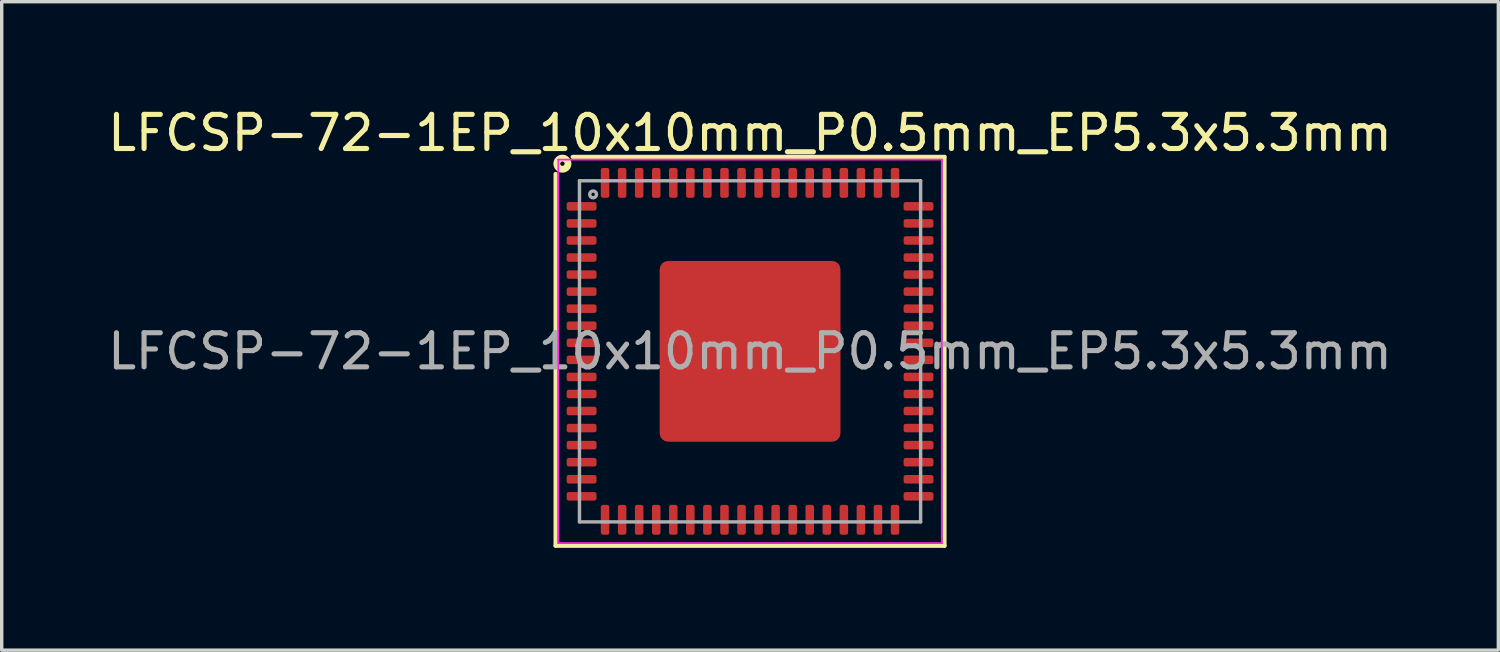
<source format=kicad_pcb>
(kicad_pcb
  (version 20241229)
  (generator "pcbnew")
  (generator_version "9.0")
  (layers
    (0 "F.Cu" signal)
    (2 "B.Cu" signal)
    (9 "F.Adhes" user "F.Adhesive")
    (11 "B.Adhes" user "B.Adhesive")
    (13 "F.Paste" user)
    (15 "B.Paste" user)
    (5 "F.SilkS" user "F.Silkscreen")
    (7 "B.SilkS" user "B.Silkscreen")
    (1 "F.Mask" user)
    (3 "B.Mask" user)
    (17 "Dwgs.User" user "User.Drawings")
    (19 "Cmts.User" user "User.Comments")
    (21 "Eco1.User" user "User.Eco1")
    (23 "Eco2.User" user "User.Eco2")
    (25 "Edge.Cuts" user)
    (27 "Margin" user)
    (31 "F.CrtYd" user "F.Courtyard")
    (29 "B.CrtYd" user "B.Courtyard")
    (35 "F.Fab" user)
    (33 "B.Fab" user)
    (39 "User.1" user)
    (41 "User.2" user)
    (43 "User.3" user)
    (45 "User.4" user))
  (footprint "LFCSP-72-1EP_10x10mm_P0.5mm_EP5.3x5.3mm"
    (layer "F.Cu")
    (at 18.935 7.248)
    (property "Reference" "LFCSP-72-1EP_10x10mm_P0.5mm_EP5.3x5.3mm" (at 0 -6.4 0) (layer "F.SilkS") (effects (font (size 1 1) (thickness 0.15))))
    (attr smd)
    (fp_line (start -5.7 5.7) (end -5.7 -5.2) (stroke (width 0.12) (type solid)) (layer "F.SilkS"))
    (fp_line (start 5.7 -5.7) (end -5.2 -5.7) (stroke (width 0.12) (type solid)) (layer "F.SilkS"))
    (fp_line (start 5.7 -5.7) (end 5.7 5.7) (stroke (width 0.12) (type solid)) (layer "F.SilkS"))
    (fp_line (start 5.7 5.7) (end -5.7 5.7) (stroke (width 0.12) (type solid)) (layer "F.SilkS"))
    (fp_circle (center -5.5 -5.5) (end -5.436 -5.5) (stroke (width 0.2) (type solid)) (fill no) (layer "F.SilkS"))
    (fp_line (start -5.62 -5.62) (end -5.62 5.62) (stroke (width 0.05) (type solid)) (layer "F.CrtYd"))
    (fp_line (start -5.62 5.62) (end 5.62 5.62) (stroke (width 0.05) (type solid)) (layer "F.CrtYd"))
    (fp_line (start 5.62 -5.62) (end -5.62 -5.62) (stroke (width 0.05) (type solid)) (layer "F.CrtYd"))
    (fp_line (start 5.62 5.62) (end 5.62 -5.62) (stroke (width 0.05) (type solid)) (layer "F.CrtYd"))
    (fp_line (start -5 -5) (end 5 -5) (stroke (width 0.1) (type solid)) (layer "F.Fab"))
    (fp_line (start -5 5) (end -5 -5) (stroke (width 0.1) (type solid)) (layer "F.Fab"))
    (fp_line (start 5 -5) (end 5 5) (stroke (width 0.1) (type solid)) (layer "F.Fab"))
    (fp_line (start 5 5) (end -5 5) (stroke (width 0.1) (type solid)) (layer "F.Fab"))
    (fp_circle (center -4.6 -4.6) (end -4.5 -4.6) (stroke (width 0.1) (type solid)) (fill no) (layer "F.Fab"))
    (fp_text user "${REFERENCE}" (at 0 0 0) (layer "F.Fab") (effects (font (size 1 1) (thickness 0.15))))
    (pad "" smd roundrect (at -1.77 -1.77) (size 1.42 1.42) (layers "F.Paste") (roundrect_rratio 0.176))
    (pad "" smd roundrect (at -1.77 0) (size 1.42 1.42) (layers "F.Paste") (roundrect_rratio 0.176))
    (pad "" smd roundrect (at -1.77 1.77) (size 1.42 1.42) (layers "F.Paste") (roundrect_rratio 0.176))
    (pad "" smd roundrect (at 0 -1.77) (size 1.42 1.42) (layers "F.Paste") (roundrect_rratio 0.176))
    (pad "" smd roundrect (at 0 0) (size 1.42 1.42) (layers "F.Paste") (roundrect_rratio 0.176))
    (pad "" smd roundrect (at 0 1.77) (size 1.42 1.42) (layers "F.Paste") (roundrect_rratio 0.176))
    (pad "" smd roundrect (at 1.77 -1.77) (size 1.42 1.42) (layers "F.Paste") (roundrect_rratio 0.176))
    (pad "" smd roundrect (at 1.77 0) (size 1.42 1.42) (layers "F.Paste") (roundrect_rratio 0.176))
    (pad "" smd roundrect (at 1.77 1.77) (size 1.42 1.42) (layers "F.Paste") (roundrect_rratio 0.176))
    (pad "1" smd roundrect (at -4.938 -4.25) (size 0.875 0.25) (layers "F.Cu" "F.Mask" "F.Paste") (roundrect_rratio 0.25))
    (pad "2" smd roundrect (at -4.938 -3.75) (size 0.875 0.25) (layers "F.Cu" "F.Mask" "F.Paste") (roundrect_rratio 0.25))
    (pad "3" smd roundrect (at -4.938 -3.25) (size 0.875 0.25) (layers "F.Cu" "F.Mask" "F.Paste") (roundrect_rratio 0.25))
    (pad "4" smd roundrect (at -4.938 -2.75) (size 0.875 0.25) (layers "F.Cu" "F.Mask" "F.Paste") (roundrect_rratio 0.25))
    (pad "5" smd roundrect (at -4.938 -2.25) (size 0.875 0.25) (layers "F.Cu" "F.Mask" "F.Paste") (roundrect_rratio 0.25))
    (pad "6" smd roundrect (at -4.938 -1.75) (size 0.875 0.25) (layers "F.Cu" "F.Mask" "F.Paste") (roundrect_rratio 0.25))
    (pad "7" smd roundrect (at -4.938 -1.25) (size 0.875 0.25) (layers "F.Cu" "F.Mask" "F.Paste") (roundrect_rratio 0.25))
    (pad "8" smd roundrect (at -4.938 -0.75) (size 0.875 0.25) (layers "F.Cu" "F.Mask" "F.Paste") (roundrect_rratio 0.25))
    (pad "9" smd roundrect (at -4.938 -0.25) (size 0.875 0.25) (layers "F.Cu" "F.Mask" "F.Paste") (roundrect_rratio 0.25))
    (pad "10" smd roundrect (at -4.938 0.25) (size 0.875 0.25) (layers "F.Cu" "F.Mask" "F.Paste") (roundrect_rratio 0.25))
    (pad "11" smd roundrect (at -4.938 0.75) (size 0.875 0.25) (layers "F.Cu" "F.Mask" "F.Paste") (roundrect_rratio 0.25))
    (pad "12" smd roundrect (at -4.938 1.25) (size 0.875 0.25) (layers "F.Cu" "F.Mask" "F.Paste") (roundrect_rratio 0.25))
    (pad "13" smd roundrect (at -4.938 1.75) (size 0.875 0.25) (layers "F.Cu" "F.Mask" "F.Paste") (roundrect_rratio 0.25))
    (pad "14" smd roundrect (at -4.938 2.25) (size 0.875 0.25) (layers "F.Cu" "F.Mask" "F.Paste") (roundrect_rratio 0.25))
    (pad "15" smd roundrect (at -4.938 2.75) (size 0.875 0.25) (layers "F.Cu" "F.Mask" "F.Paste") (roundrect_rratio 0.25))
    (pad "16" smd roundrect (at -4.938 3.25) (size 0.875 0.25) (layers "F.Cu" "F.Mask" "F.Paste") (roundrect_rratio 0.25))
    (pad "17" smd roundrect (at -4.938 3.75) (size 0.875 0.25) (layers "F.Cu" "F.Mask" "F.Paste") (roundrect_rratio 0.25))
    (pad "18" smd roundrect (at -4.938 4.25) (size 0.875 0.25) (layers "F.Cu" "F.Mask" "F.Paste") (roundrect_rratio 0.25))
    (pad "19" smd roundrect (at -4.25 4.938) (size 0.25 0.875) (layers "F.Cu" "F.Mask" "F.Paste") (roundrect_rratio 0.25))
    (pad "20" smd roundrect (at -3.75 4.938) (size 0.25 0.875) (layers "F.Cu" "F.Mask" "F.Paste") (roundrect_rratio 0.25))
    (pad "21" smd roundrect (at -3.25 4.938) (size 0.25 0.875) (layers "F.Cu" "F.Mask" "F.Paste") (roundrect_rratio 0.25))
    (pad "22" smd roundrect (at -2.75 4.938) (size 0.25 0.875) (layers "F.Cu" "F.Mask" "F.Paste") (roundrect_rratio 0.25))
    (pad "23" smd roundrect (at -2.25 4.938) (size 0.25 0.875) (layers "F.Cu" "F.Mask" "F.Paste") (roundrect_rratio 0.25))
    (pad "24" smd roundrect (at -1.75 4.938) (size 0.25 0.875) (layers "F.Cu" "F.Mask" "F.Paste") (roundrect_rratio 0.25))
    (pad "25" smd roundrect (at -1.25 4.938) (size 0.25 0.875) (layers "F.Cu" "F.Mask" "F.Paste") (roundrect_rratio 0.25))
    (pad "26" smd roundrect (at -0.75 4.938) (size 0.25 0.875) (layers "F.Cu" "F.Mask" "F.Paste") (roundrect_rratio 0.25))
    (pad "27" smd roundrect (at -0.25 4.938) (size 0.25 0.875) (layers "F.Cu" "F.Mask" "F.Paste") (roundrect_rratio 0.25))
    (pad "28" smd roundrect (at 0.25 4.938) (size 0.25 0.875) (layers "F.Cu" "F.Mask" "F.Paste") (roundrect_rratio 0.25))
    (pad "29" smd roundrect (at 0.75 4.938) (size 0.25 0.875) (layers "F.Cu" "F.Mask" "F.Paste") (roundrect_rratio 0.25))
    (pad "30" smd roundrect (at 1.25 4.938) (size 0.25 0.875) (layers "F.Cu" "F.Mask" "F.Paste") (roundrect_rratio 0.25))
    (pad "31" smd roundrect (at 1.75 4.938) (size 0.25 0.875) (layers "F.Cu" "F.Mask" "F.Paste") (roundrect_rratio 0.25))
    (pad "32" smd roundrect (at 2.25 4.938) (size 0.25 0.875) (layers "F.Cu" "F.Mask" "F.Paste") (roundrect_rratio 0.25))
    (pad "33" smd roundrect (at 2.75 4.938) (size 0.25 0.875) (layers "F.Cu" "F.Mask" "F.Paste") (roundrect_rratio 0.25))
    (pad "34" smd roundrect (at 3.25 4.938) (size 0.25 0.875) (layers "F.Cu" "F.Mask" "F.Paste") (roundrect_rratio 0.25))
    (pad "35" smd roundrect (at 3.75 4.938) (size 0.25 0.875) (layers "F.Cu" "F.Mask" "F.Paste") (roundrect_rratio 0.25))
    (pad "36" smd roundrect (at 4.25 4.938) (size 0.25 0.875) (layers "F.Cu" "F.Mask" "F.Paste") (roundrect_rratio 0.25))
    (pad "37" smd roundrect (at 4.938 4.25) (size 0.875 0.25) (layers "F.Cu" "F.Mask" "F.Paste") (roundrect_rratio 0.25))
    (pad "38" smd roundrect (at 4.938 3.75) (size 0.875 0.25) (layers "F.Cu" "F.Mask" "F.Paste") (roundrect_rratio 0.25))
    (pad "39" smd roundrect (at 4.938 3.25) (size 0.875 0.25) (layers "F.Cu" "F.Mask" "F.Paste") (roundrect_rratio 0.25))
    (pad "40" smd roundrect (at 4.938 2.75) (size 0.875 0.25) (layers "F.Cu" "F.Mask" "F.Paste") (roundrect_rratio 0.25))
    (pad "41" smd roundrect (at 4.938 2.25) (size 0.875 0.25) (layers "F.Cu" "F.Mask" "F.Paste") (roundrect_rratio 0.25))
    (pad "42" smd roundrect (at 4.938 1.75) (size 0.875 0.25) (layers "F.Cu" "F.Mask" "F.Paste") (roundrect_rratio 0.25))
    (pad "43" smd roundrect (at 4.938 1.25) (size 0.875 0.25) (layers "F.Cu" "F.Mask" "F.Paste") (roundrect_rratio 0.25))
    (pad "44" smd roundrect (at 4.938 0.75) (size 0.875 0.25) (layers "F.Cu" "F.Mask" "F.Paste") (roundrect_rratio 0.25))
    (pad "45" smd roundrect (at 4.938 0.25) (size 0.875 0.25) (layers "F.Cu" "F.Mask" "F.Paste") (roundrect_rratio 0.25))
    (pad "46" smd roundrect (at 4.938 -0.25) (size 0.875 0.25) (layers "F.Cu" "F.Mask" "F.Paste") (roundrect_rratio 0.25))
    (pad "47" smd roundrect (at 4.938 -0.75) (size 0.875 0.25) (layers "F.Cu" "F.Mask" "F.Paste") (roundrect_rratio 0.25))
    (pad "48" smd roundrect (at 4.938 -1.25) (size 0.875 0.25) (layers "F.Cu" "F.Mask" "F.Paste") (roundrect_rratio 0.25))
    (pad "49" smd roundrect (at 4.938 -1.75) (size 0.875 0.25) (layers "F.Cu" "F.Mask" "F.Paste") (roundrect_rratio 0.25))
    (pad "50" smd roundrect (at 4.938 -2.25) (size 0.875 0.25) (layers "F.Cu" "F.Mask" "F.Paste") (roundrect_rratio 0.25))
    (pad "51" smd roundrect (at 4.938 -2.75) (size 0.875 0.25) (layers "F.Cu" "F.Mask" "F.Paste") (roundrect_rratio 0.25))
    (pad "52" smd roundrect (at 4.938 -3.25) (size 0.875 0.25) (layers "F.Cu" "F.Mask" "F.Paste") (roundrect_rratio 0.25))
    (pad "53" smd roundrect (at 4.938 -3.75) (size 0.875 0.25) (layers "F.Cu" "F.Mask" "F.Paste") (roundrect_rratio 0.25))
    (pad "54" smd roundrect (at 4.938 -4.25) (size 0.875 0.25) (layers "F.Cu" "F.Mask" "F.Paste") (roundrect_rratio 0.25))
    (pad "55" smd roundrect (at 4.25 -4.938) (size 0.25 0.875) (layers "F.Cu" "F.Mask" "F.Paste") (roundrect_rratio 0.25))
    (pad "56" smd roundrect (at 3.75 -4.938) (size 0.25 0.875) (layers "F.Cu" "F.Mask" "F.Paste") (roundrect_rratio 0.25))
    (pad "57" smd roundrect (at 3.25 -4.938) (size 0.25 0.875) (layers "F.Cu" "F.Mask" "F.Paste") (roundrect_rratio 0.25))
    (pad "58" smd roundrect (at 2.75 -4.938) (size 0.25 0.875) (layers "F.Cu" "F.Mask" "F.Paste") (roundrect_rratio 0.25))
    (pad "59" smd roundrect (at 2.25 -4.938) (size 0.25 0.875) (layers "F.Cu" "F.Mask" "F.Paste") (roundrect_rratio 0.25))
    (pad "60" smd roundrect (at 1.75 -4.938) (size 0.25 0.875) (layers "F.Cu" "F.Mask" "F.Paste") (roundrect_rratio 0.25))
    (pad "61" smd roundrect (at 1.25 -4.938) (size 0.25 0.875) (layers "F.Cu" "F.Mask" "F.Paste") (roundrect_rratio 0.25))
    (pad "62" smd roundrect (at 0.75 -4.938) (size 0.25 0.875) (layers "F.Cu" "F.Mask" "F.Paste") (roundrect_rratio 0.25))
    (pad "63" smd roundrect (at 0.25 -4.938) (size 0.25 0.875) (layers "F.Cu" "F.Mask" "F.Paste") (roundrect_rratio 0.25))
    (pad "64" smd roundrect (at -0.25 -4.938) (size 0.25 0.875) (layers "F.Cu" "F.Mask" "F.Paste") (roundrect_rratio 0.25))
    (pad "65" smd roundrect (at -0.75 -4.938) (size 0.25 0.875) (layers "F.Cu" "F.Mask" "F.Paste") (roundrect_rratio 0.25))
    (pad "66" smd roundrect (at -1.25 -4.938) (size 0.25 0.875) (layers "F.Cu" "F.Mask" "F.Paste") (roundrect_rratio 0.25))
    (pad "67" smd roundrect (at -1.75 -4.938) (size 0.25 0.875) (layers "F.Cu" "F.Mask" "F.Paste") (roundrect_rratio 0.25))
    (pad "68" smd roundrect (at -2.25 -4.938) (size 0.25 0.875) (layers "F.Cu" "F.Mask" "F.Paste") (roundrect_rratio 0.25))
    (pad "69" smd roundrect (at -2.75 -4.938) (size 0.25 0.875) (layers "F.Cu" "F.Mask" "F.Paste") (roundrect_rratio 0.25))
    (pad "70" smd roundrect (at -3.25 -4.938) (size 0.25 0.875) (layers "F.Cu" "F.Mask" "F.Paste") (roundrect_rratio 0.25))
    (pad "71" smd roundrect (at -3.75 -4.938) (size 0.25 0.875) (layers "F.Cu" "F.Mask" "F.Paste") (roundrect_rratio 0.25))
    (pad "72" smd roundrect (at -4.25 -4.938) (size 0.25 0.875) (layers "F.Cu" "F.Mask" "F.Paste") (roundrect_rratio 0.25))
    (pad "73" smd roundrect (at 0 0) (size 5.3 5.3) (layers "F.Cu" "F.Mask") (roundrect_rratio 0.047)))
  (gr_rect
    (start -3 -3)
    (end 40.869 16.008)
    (stroke (width 0.1) (type default))
    (fill no)
    (layer "Edge.Cuts")))
</source>
